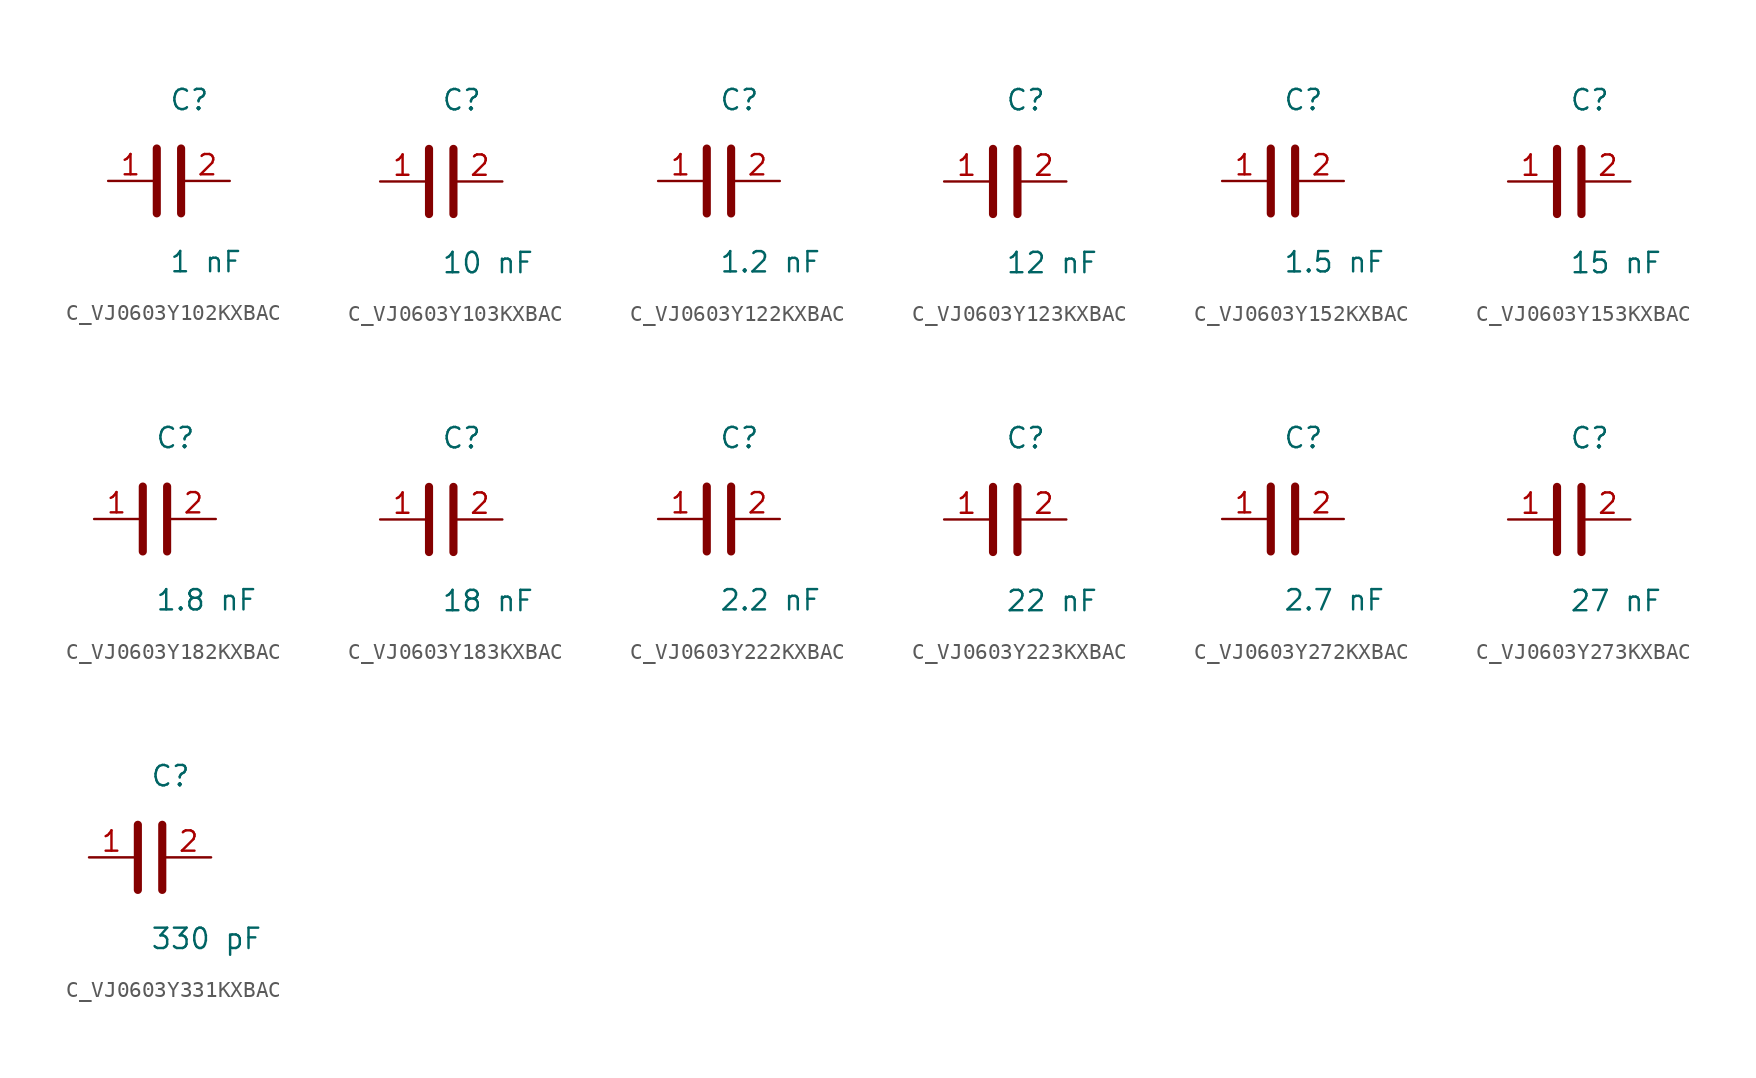
<source format=kicad_sym>
(kicad_symbol_lib
  (version 20231120)
  (generator kicad_symbol_editor)
  (generator_version 8.0)
  (symbol "C_VJ0603Y102KXBAC"
    (pin_names
      (offset 0.254))
    (property "Reference" "C"
      (at 0.0 5.08 0)
      (effects (font (size 1.27 1.27)) (justify left)))
    (property "Value" "1 nF"
      (at 0.0 -5.08 0)
      (effects (font (size 1.27 1.27)) (justify left)))
    (symbol "C_VJ0603Y102KXBAC_0_1"
      (polyline (pts (xy -0.762 -2.032) (xy -0.762 2.032)) (stroke (width 0.508) (type default)) (fill (type none)))
      (polyline (pts (xy 0.762 -2.032) (xy 0.762 2.032)) (stroke (width 0.508) (type default)) (fill (type none))))
    (pin unspecified line
      (at -3.81 0 0)
      (length 2.8)
      (name "" (effects (font (size 1.27 1.27))))
      (number "1" (effects (font (size 1.27 1.27)))))
    (pin unspecified line
      (at 3.81 0 180)
      (length 2.8)
      (name "" (effects (font (size 1.27 1.27))))
      (number "2" (effects (font (size 1.27 1.27))))))
  (symbol "C_VJ0603Y103KXBAC"
    (pin_names
      (offset 0.254))
    (property "Reference" "C"
      (at 0.0 5.08 0)
      (effects (font (size 1.27 1.27)) (justify left)))
    (property "Value" "10 nF"
      (at 0.0 -5.08 0)
      (effects (font (size 1.27 1.27)) (justify left)))
    (symbol "C_VJ0603Y103KXBAC_0_1"
      (polyline (pts (xy -0.762 -2.032) (xy -0.762 2.032)) (stroke (width 0.508) (type default)) (fill (type none)))
      (polyline (pts (xy 0.762 -2.032) (xy 0.762 2.032)) (stroke (width 0.508) (type default)) (fill (type none))))
    (pin unspecified line
      (at -3.81 0 0)
      (length 2.8)
      (name "" (effects (font (size 1.27 1.27))))
      (number "1" (effects (font (size 1.27 1.27)))))
    (pin unspecified line
      (at 3.81 0 180)
      (length 2.8)
      (name "" (effects (font (size 1.27 1.27))))
      (number "2" (effects (font (size 1.27 1.27))))))
  (symbol "C_VJ0603Y122KXBAC"
    (pin_names
      (offset 0.254))
    (property "Reference" "C"
      (at 0.0 5.08 0)
      (effects (font (size 1.27 1.27)) (justify left)))
    (property "Value" "1.2 nF"
      (at 0.0 -5.08 0)
      (effects (font (size 1.27 1.27)) (justify left)))
    (symbol "C_VJ0603Y122KXBAC_0_1"
      (polyline (pts (xy -0.762 -2.032) (xy -0.762 2.032)) (stroke (width 0.508) (type default)) (fill (type none)))
      (polyline (pts (xy 0.762 -2.032) (xy 0.762 2.032)) (stroke (width 0.508) (type default)) (fill (type none))))
    (pin unspecified line
      (at -3.81 0 0)
      (length 2.8)
      (name "" (effects (font (size 1.27 1.27))))
      (number "1" (effects (font (size 1.27 1.27)))))
    (pin unspecified line
      (at 3.81 0 180)
      (length 2.8)
      (name "" (effects (font (size 1.27 1.27))))
      (number "2" (effects (font (size 1.27 1.27))))))
  (symbol "C_VJ0603Y123KXBAC"
    (pin_names
      (offset 0.254))
    (property "Reference" "C"
      (at 0.0 5.08 0)
      (effects (font (size 1.27 1.27)) (justify left)))
    (property "Value" "12 nF"
      (at 0.0 -5.08 0)
      (effects (font (size 1.27 1.27)) (justify left)))
    (symbol "C_VJ0603Y123KXBAC_0_1"
      (polyline (pts (xy -0.762 -2.032) (xy -0.762 2.032)) (stroke (width 0.508) (type default)) (fill (type none)))
      (polyline (pts (xy 0.762 -2.032) (xy 0.762 2.032)) (stroke (width 0.508) (type default)) (fill (type none))))
    (pin unspecified line
      (at -3.81 0 0)
      (length 2.8)
      (name "" (effects (font (size 1.27 1.27))))
      (number "1" (effects (font (size 1.27 1.27)))))
    (pin unspecified line
      (at 3.81 0 180)
      (length 2.8)
      (name "" (effects (font (size 1.27 1.27))))
      (number "2" (effects (font (size 1.27 1.27))))))
  (symbol "C_VJ0603Y152KXBAC"
    (pin_names
      (offset 0.254))
    (property "Reference" "C"
      (at 0.0 5.08 0)
      (effects (font (size 1.27 1.27)) (justify left)))
    (property "Value" "1.5 nF"
      (at 0.0 -5.08 0)
      (effects (font (size 1.27 1.27)) (justify left)))
    (symbol "C_VJ0603Y152KXBAC_0_1"
      (polyline (pts (xy -0.762 -2.032) (xy -0.762 2.032)) (stroke (width 0.508) (type default)) (fill (type none)))
      (polyline (pts (xy 0.762 -2.032) (xy 0.762 2.032)) (stroke (width 0.508) (type default)) (fill (type none))))
    (pin unspecified line
      (at -3.81 0 0)
      (length 2.8)
      (name "" (effects (font (size 1.27 1.27))))
      (number "1" (effects (font (size 1.27 1.27)))))
    (pin unspecified line
      (at 3.81 0 180)
      (length 2.8)
      (name "" (effects (font (size 1.27 1.27))))
      (number "2" (effects (font (size 1.27 1.27))))))
  (symbol "C_VJ0603Y153KXBAC"
    (pin_names
      (offset 0.254))
    (property "Reference" "C"
      (at 0.0 5.08 0)
      (effects (font (size 1.27 1.27)) (justify left)))
    (property "Value" "15 nF"
      (at 0.0 -5.08 0)
      (effects (font (size 1.27 1.27)) (justify left)))
    (symbol "C_VJ0603Y153KXBAC_0_1"
      (polyline (pts (xy -0.762 -2.032) (xy -0.762 2.032)) (stroke (width 0.508) (type default)) (fill (type none)))
      (polyline (pts (xy 0.762 -2.032) (xy 0.762 2.032)) (stroke (width 0.508) (type default)) (fill (type none))))
    (pin unspecified line
      (at -3.81 0 0)
      (length 2.8)
      (name "" (effects (font (size 1.27 1.27))))
      (number "1" (effects (font (size 1.27 1.27)))))
    (pin unspecified line
      (at 3.81 0 180)
      (length 2.8)
      (name "" (effects (font (size 1.27 1.27))))
      (number "2" (effects (font (size 1.27 1.27))))))
  (symbol "C_VJ0603Y182KXBAC"
    (pin_names
      (offset 0.254))
    (property "Reference" "C"
      (at 0.0 5.08 0)
      (effects (font (size 1.27 1.27)) (justify left)))
    (property "Value" "1.8 nF"
      (at 0.0 -5.08 0)
      (effects (font (size 1.27 1.27)) (justify left)))
    (symbol "C_VJ0603Y182KXBAC_0_1"
      (polyline (pts (xy -0.762 -2.032) (xy -0.762 2.032)) (stroke (width 0.508) (type default)) (fill (type none)))
      (polyline (pts (xy 0.762 -2.032) (xy 0.762 2.032)) (stroke (width 0.508) (type default)) (fill (type none))))
    (pin unspecified line
      (at -3.81 0 0)
      (length 2.8)
      (name "" (effects (font (size 1.27 1.27))))
      (number "1" (effects (font (size 1.27 1.27)))))
    (pin unspecified line
      (at 3.81 0 180)
      (length 2.8)
      (name "" (effects (font (size 1.27 1.27))))
      (number "2" (effects (font (size 1.27 1.27))))))
  (symbol "C_VJ0603Y183KXBAC"
    (pin_names
      (offset 0.254))
    (property "Reference" "C"
      (at 0.0 5.08 0)
      (effects (font (size 1.27 1.27)) (justify left)))
    (property "Value" "18 nF"
      (at 0.0 -5.08 0)
      (effects (font (size 1.27 1.27)) (justify left)))
    (symbol "C_VJ0603Y183KXBAC_0_1"
      (polyline (pts (xy -0.762 -2.032) (xy -0.762 2.032)) (stroke (width 0.508) (type default)) (fill (type none)))
      (polyline (pts (xy 0.762 -2.032) (xy 0.762 2.032)) (stroke (width 0.508) (type default)) (fill (type none))))
    (pin unspecified line
      (at -3.81 0 0)
      (length 2.8)
      (name "" (effects (font (size 1.27 1.27))))
      (number "1" (effects (font (size 1.27 1.27)))))
    (pin unspecified line
      (at 3.81 0 180)
      (length 2.8)
      (name "" (effects (font (size 1.27 1.27))))
      (number "2" (effects (font (size 1.27 1.27))))))
  (symbol "C_VJ0603Y222KXBAC"
    (pin_names
      (offset 0.254))
    (property "Reference" "C"
      (at 0.0 5.08 0)
      (effects (font (size 1.27 1.27)) (justify left)))
    (property "Value" "2.2 nF"
      (at 0.0 -5.08 0)
      (effects (font (size 1.27 1.27)) (justify left)))
    (symbol "C_VJ0603Y222KXBAC_0_1"
      (polyline (pts (xy -0.762 -2.032) (xy -0.762 2.032)) (stroke (width 0.508) (type default)) (fill (type none)))
      (polyline (pts (xy 0.762 -2.032) (xy 0.762 2.032)) (stroke (width 0.508) (type default)) (fill (type none))))
    (pin unspecified line
      (at -3.81 0 0)
      (length 2.8)
      (name "" (effects (font (size 1.27 1.27))))
      (number "1" (effects (font (size 1.27 1.27)))))
    (pin unspecified line
      (at 3.81 0 180)
      (length 2.8)
      (name "" (effects (font (size 1.27 1.27))))
      (number "2" (effects (font (size 1.27 1.27))))))
  (symbol "C_VJ0603Y223KXBAC"
    (pin_names
      (offset 0.254))
    (property "Reference" "C"
      (at 0.0 5.08 0)
      (effects (font (size 1.27 1.27)) (justify left)))
    (property "Value" "22 nF"
      (at 0.0 -5.08 0)
      (effects (font (size 1.27 1.27)) (justify left)))
    (symbol "C_VJ0603Y223KXBAC_0_1"
      (polyline (pts (xy -0.762 -2.032) (xy -0.762 2.032)) (stroke (width 0.508) (type default)) (fill (type none)))
      (polyline (pts (xy 0.762 -2.032) (xy 0.762 2.032)) (stroke (width 0.508) (type default)) (fill (type none))))
    (pin unspecified line
      (at -3.81 0 0)
      (length 2.8)
      (name "" (effects (font (size 1.27 1.27))))
      (number "1" (effects (font (size 1.27 1.27)))))
    (pin unspecified line
      (at 3.81 0 180)
      (length 2.8)
      (name "" (effects (font (size 1.27 1.27))))
      (number "2" (effects (font (size 1.27 1.27))))))
  (symbol "C_VJ0603Y272KXBAC"
    (pin_names
      (offset 0.254))
    (property "Reference" "C"
      (at 0.0 5.08 0)
      (effects (font (size 1.27 1.27)) (justify left)))
    (property "Value" "2.7 nF"
      (at 0.0 -5.08 0)
      (effects (font (size 1.27 1.27)) (justify left)))
    (symbol "C_VJ0603Y272KXBAC_0_1"
      (polyline (pts (xy -0.762 -2.032) (xy -0.762 2.032)) (stroke (width 0.508) (type default)) (fill (type none)))
      (polyline (pts (xy 0.762 -2.032) (xy 0.762 2.032)) (stroke (width 0.508) (type default)) (fill (type none))))
    (pin unspecified line
      (at -3.81 0 0)
      (length 2.8)
      (name "" (effects (font (size 1.27 1.27))))
      (number "1" (effects (font (size 1.27 1.27)))))
    (pin unspecified line
      (at 3.81 0 180)
      (length 2.8)
      (name "" (effects (font (size 1.27 1.27))))
      (number "2" (effects (font (size 1.27 1.27))))))
  (symbol "C_VJ0603Y273KXBAC"
    (pin_names
      (offset 0.254))
    (property "Reference" "C"
      (at 0.0 5.08 0)
      (effects (font (size 1.27 1.27)) (justify left)))
    (property "Value" "27 nF"
      (at 0.0 -5.08 0)
      (effects (font (size 1.27 1.27)) (justify left)))
    (symbol "C_VJ0603Y273KXBAC_0_1"
      (polyline (pts (xy -0.762 -2.032) (xy -0.762 2.032)) (stroke (width 0.508) (type default)) (fill (type none)))
      (polyline (pts (xy 0.762 -2.032) (xy 0.762 2.032)) (stroke (width 0.508) (type default)) (fill (type none))))
    (pin unspecified line
      (at -3.81 0 0)
      (length 2.8)
      (name "" (effects (font (size 1.27 1.27))))
      (number "1" (effects (font (size 1.27 1.27)))))
    (pin unspecified line
      (at 3.81 0 180)
      (length 2.8)
      (name "" (effects (font (size 1.27 1.27))))
      (number "2" (effects (font (size 1.27 1.27))))))
  (symbol "C_VJ0603Y331KXBAC"
    (pin_names
      (offset 0.254))
    (property "Reference" "C"
      (at 0.0 5.08 0)
      (effects (font (size 1.27 1.27)) (justify left)))
    (property "Value" "330 pF"
      (at 0.0 -5.08 0)
      (effects (font (size 1.27 1.27)) (justify left)))
    (symbol "C_VJ0603Y331KXBAC_0_1"
      (polyline (pts (xy -0.762 -2.032) (xy -0.762 2.032)) (stroke (width 0.508) (type default)) (fill (type none)))
      (polyline (pts (xy 0.762 -2.032) (xy 0.762 2.032)) (stroke (width 0.508) (type default)) (fill (type none))))
    (pin unspecified line
      (at -3.81 0 0)
      (length 2.8)
      (name "" (effects (font (size 1.27 1.27))))
      (number "1" (effects (font (size 1.27 1.27)))))
    (pin unspecified line
      (at 3.81 0 180)
      (length 2.8)
      (name "" (effects (font (size 1.27 1.27))))
      (number "2" (effects (font (size 1.27 1.27)))))))
</source>
